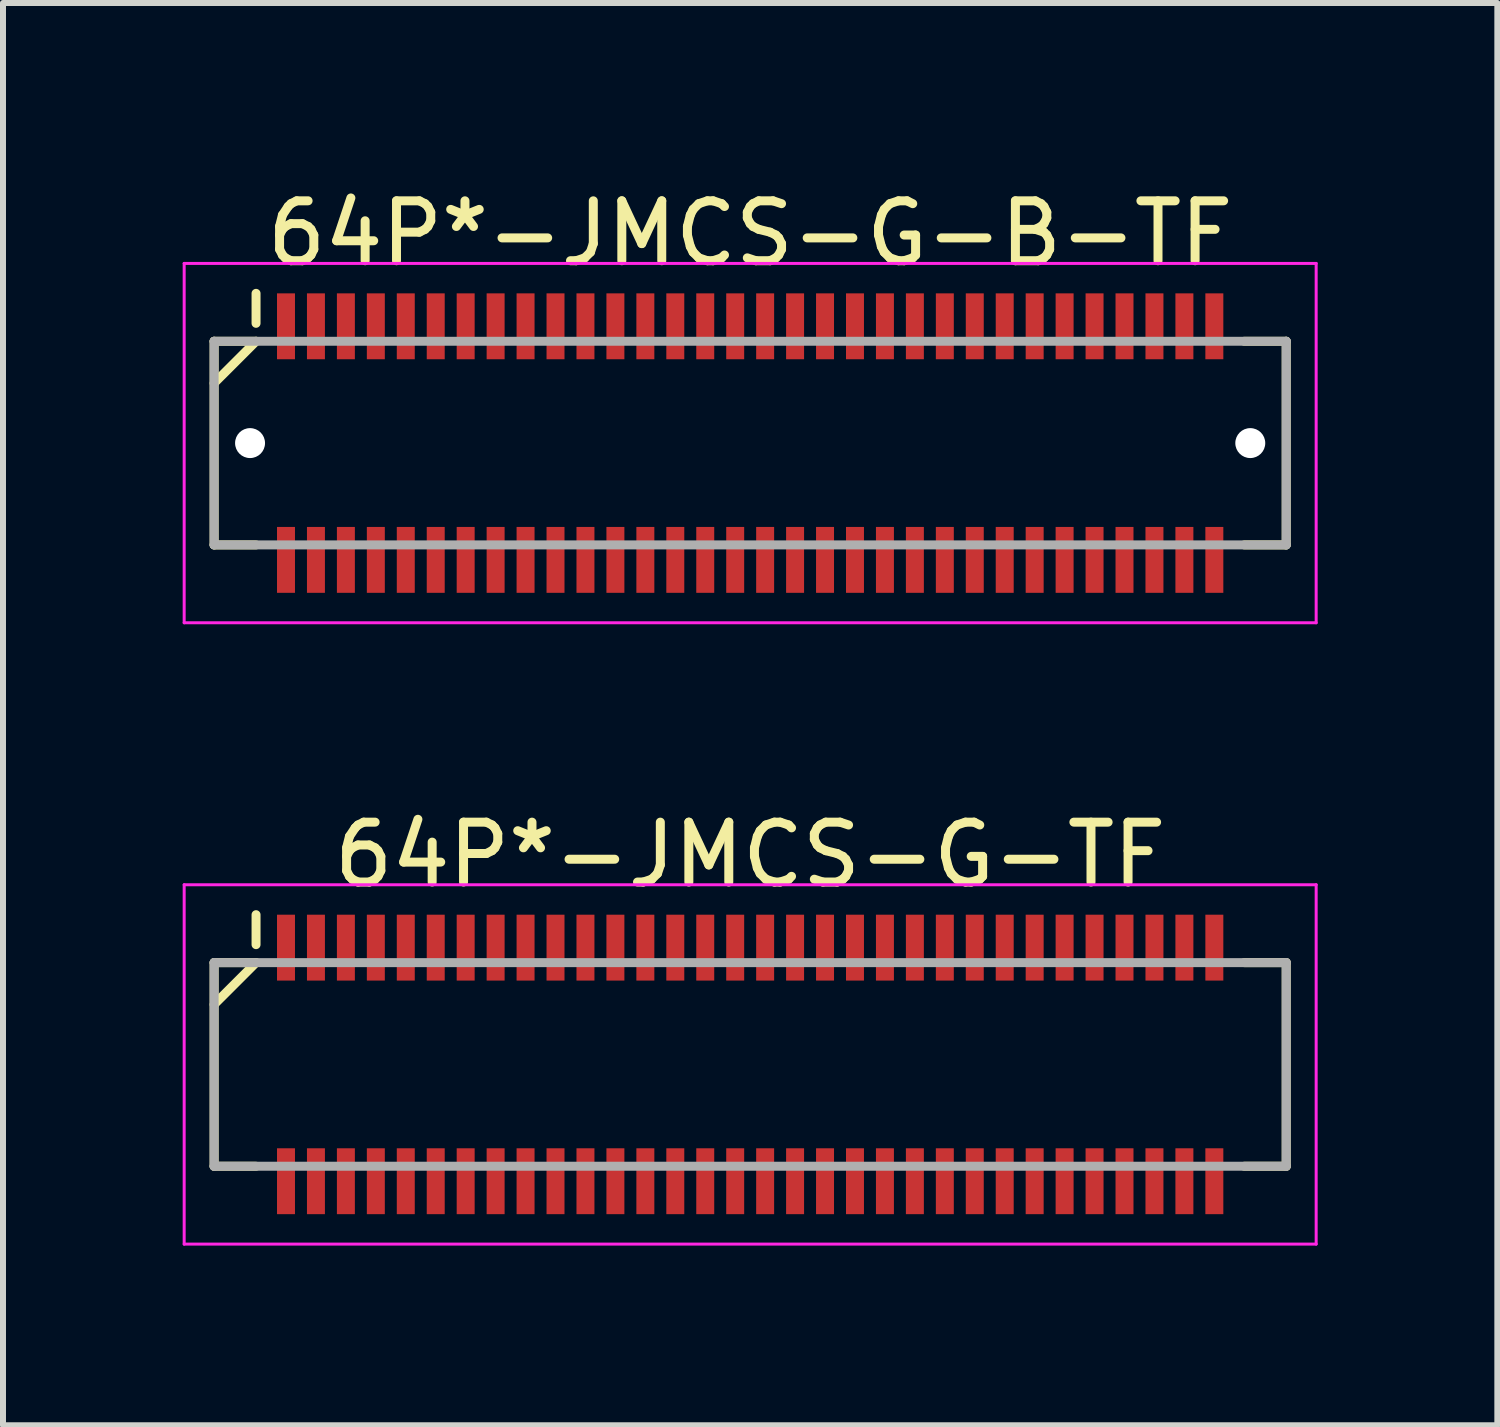
<source format=kicad_pcb>
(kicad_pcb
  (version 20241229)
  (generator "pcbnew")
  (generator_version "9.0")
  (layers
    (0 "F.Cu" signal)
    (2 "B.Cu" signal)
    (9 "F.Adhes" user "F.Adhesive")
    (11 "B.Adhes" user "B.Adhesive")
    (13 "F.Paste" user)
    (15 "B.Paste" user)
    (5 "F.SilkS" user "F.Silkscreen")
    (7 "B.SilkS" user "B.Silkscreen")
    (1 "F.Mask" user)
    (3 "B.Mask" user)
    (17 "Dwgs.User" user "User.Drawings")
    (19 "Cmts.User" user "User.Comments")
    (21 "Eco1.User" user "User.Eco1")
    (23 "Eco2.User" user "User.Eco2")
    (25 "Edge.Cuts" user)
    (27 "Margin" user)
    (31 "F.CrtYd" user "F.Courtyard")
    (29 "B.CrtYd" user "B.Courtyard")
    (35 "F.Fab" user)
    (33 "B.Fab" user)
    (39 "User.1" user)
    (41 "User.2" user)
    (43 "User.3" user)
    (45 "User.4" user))
  (footprint "64P*-JMCS-G-TF"
    (layer "F.Cu")
    (at 9.475 14.722)
    (property "Reference" "64P*-JMCS-G-TF" (at 0 -3.5 0) (layer "F.SilkS") (effects (font (size 1 1) (thickness 0.15))))
    (attr smd)
    (fp_line (start -8.95 -1.7) (end -8.95 1.7) (stroke (width 0.15) (type solid)) (layer "F.SilkS"))
    (fp_line (start -8.95 -1.7) (end -8.25 -1.7) (stroke (width 0.15) (type solid)) (layer "F.SilkS"))
    (fp_line (start -8.95 1.7) (end -8.25 1.7) (stroke (width 0.15) (type solid)) (layer "F.SilkS"))
    (fp_line (start -8.25 -2.5) (end -8.25 -2) (stroke (width 0.15) (type solid)) (layer "F.SilkS"))
    (fp_line (start -8.25 -1.7) (end -8.95 -1) (stroke (width 0.15) (type solid)) (layer "F.SilkS"))
    (fp_line (start 8.25 -1.7) (end 8.95 -1.7) (stroke (width 0.15) (type solid)) (layer "F.SilkS"))
    (fp_line (start 8.25 1.7) (end 8.95 1.7) (stroke (width 0.15) (type solid)) (layer "F.SilkS"))
    (fp_line (start 8.95 -1.7) (end 8.95 1.7) (stroke (width 0.15) (type solid)) (layer "F.SilkS"))
    (fp_line (start -9.45 -3) (end -9.45 3) (stroke (width 0.05) (type solid)) (layer "F.CrtYd"))
    (fp_line (start -9.45 -3) (end 9.45 -3) (stroke (width 0.05) (type solid)) (layer "F.CrtYd"))
    (fp_line (start -9.45 3) (end 9.45 3) (stroke (width 0.05) (type solid)) (layer "F.CrtYd"))
    (fp_line (start 9.45 -3) (end 9.45 3) (stroke (width 0.05) (type solid)) (layer "F.CrtYd"))
    (fp_line (start -8.95 -1.7) (end -8.95 1.7) (stroke (width 0.15) (type solid)) (layer "F.Fab"))
    (fp_line (start -8.95 -1.7) (end 8.95 -1.7) (stroke (width 0.15) (type solid)) (layer "F.Fab"))
    (fp_line (start -8.95 1.7) (end 8.95 1.7) (stroke (width 0.15) (type solid)) (layer "F.Fab"))
    (fp_line (start 8.95 -1.7) (end 8.95 1.7) (stroke (width 0.15) (type solid)) (layer "F.Fab"))
    (pad "1" smd rect (at -7.75 -1.95) (size 0.3 1.1) (layers "F.Cu" "F.Mask" "F.Paste"))
    (pad "2" smd rect (at -7.75 1.95) (size 0.3 1.1) (layers "F.Cu" "F.Mask" "F.Paste"))
    (pad "3" smd rect (at -7.25 -1.95) (size 0.3 1.1) (layers "F.Cu" "F.Mask" "F.Paste"))
    (pad "4" smd rect (at -7.25 1.95) (size 0.3 1.1) (layers "F.Cu" "F.Mask" "F.Paste"))
    (pad "5" smd rect (at -6.75 -1.95) (size 0.3 1.1) (layers "F.Cu" "F.Mask" "F.Paste"))
    (pad "6" smd rect (at -6.75 1.95) (size 0.3 1.1) (layers "F.Cu" "F.Mask" "F.Paste"))
    (pad "7" smd rect (at -6.25 -1.95) (size 0.3 1.1) (layers "F.Cu" "F.Mask" "F.Paste"))
    (pad "8" smd rect (at -6.25 1.95) (size 0.3 1.1) (layers "F.Cu" "F.Mask" "F.Paste"))
    (pad "9" smd rect (at -5.75 -1.95) (size 0.3 1.1) (layers "F.Cu" "F.Mask" "F.Paste"))
    (pad "10" smd rect (at -5.75 1.95) (size 0.3 1.1) (layers "F.Cu" "F.Mask" "F.Paste"))
    (pad "11" smd rect (at -5.25 -1.95) (size 0.3 1.1) (layers "F.Cu" "F.Mask" "F.Paste"))
    (pad "12" smd rect (at -5.25 1.95) (size 0.3 1.1) (layers "F.Cu" "F.Mask" "F.Paste"))
    (pad "13" smd rect (at -4.75 -1.95) (size 0.3 1.1) (layers "F.Cu" "F.Mask" "F.Paste"))
    (pad "14" smd rect (at -4.75 1.95) (size 0.3 1.1) (layers "F.Cu" "F.Mask" "F.Paste"))
    (pad "15" smd rect (at -4.25 -1.95) (size 0.3 1.1) (layers "F.Cu" "F.Mask" "F.Paste"))
    (pad "16" smd rect (at -4.25 1.95) (size 0.3 1.1) (layers "F.Cu" "F.Mask" "F.Paste"))
    (pad "17" smd rect (at -3.75 -1.95) (size 0.3 1.1) (layers "F.Cu" "F.Mask" "F.Paste"))
    (pad "18" smd rect (at -3.75 1.95) (size 0.3 1.1) (layers "F.Cu" "F.Mask" "F.Paste"))
    (pad "19" smd rect (at -3.25 -1.95) (size 0.3 1.1) (layers "F.Cu" "F.Mask" "F.Paste"))
    (pad "20" smd rect (at -3.25 1.95) (size 0.3 1.1) (layers "F.Cu" "F.Mask" "F.Paste"))
    (pad "21" smd rect (at -2.75 -1.95) (size 0.3 1.1) (layers "F.Cu" "F.Mask" "F.Paste"))
    (pad "22" smd rect (at -2.75 1.95) (size 0.3 1.1) (layers "F.Cu" "F.Mask" "F.Paste"))
    (pad "23" smd rect (at -2.25 -1.95) (size 0.3 1.1) (layers "F.Cu" "F.Mask" "F.Paste"))
    (pad "24" smd rect (at -2.25 1.95) (size 0.3 1.1) (layers "F.Cu" "F.Mask" "F.Paste"))
    (pad "25" smd rect (at -1.75 -1.95) (size 0.3 1.1) (layers "F.Cu" "F.Mask" "F.Paste"))
    (pad "26" smd rect (at -1.75 1.95) (size 0.3 1.1) (layers "F.Cu" "F.Mask" "F.Paste"))
    (pad "27" smd rect (at -1.25 -1.95) (size 0.3 1.1) (layers "F.Cu" "F.Mask" "F.Paste"))
    (pad "28" smd rect (at -1.25 1.95) (size 0.3 1.1) (layers "F.Cu" "F.Mask" "F.Paste"))
    (pad "29" smd rect (at -0.75 -1.95) (size 0.3 1.1) (layers "F.Cu" "F.Mask" "F.Paste"))
    (pad "30" smd rect (at -0.75 1.95) (size 0.3 1.1) (layers "F.Cu" "F.Mask" "F.Paste"))
    (pad "31" smd rect (at -0.25 -1.95) (size 0.3 1.1) (layers "F.Cu" "F.Mask" "F.Paste"))
    (pad "32" smd rect (at -0.25 1.95) (size 0.3 1.1) (layers "F.Cu" "F.Mask" "F.Paste"))
    (pad "33" smd rect (at 0.25 -1.95) (size 0.3 1.1) (layers "F.Cu" "F.Mask" "F.Paste"))
    (pad "34" smd rect (at 0.25 1.95) (size 0.3 1.1) (layers "F.Cu" "F.Mask" "F.Paste"))
    (pad "35" smd rect (at 0.75 -1.95) (size 0.3 1.1) (layers "F.Cu" "F.Mask" "F.Paste"))
    (pad "36" smd rect (at 0.75 1.95) (size 0.3 1.1) (layers "F.Cu" "F.Mask" "F.Paste"))
    (pad "37" smd rect (at 1.25 -1.95) (size 0.3 1.1) (layers "F.Cu" "F.Mask" "F.Paste"))
    (pad "38" smd rect (at 1.25 1.95) (size 0.3 1.1) (layers "F.Cu" "F.Mask" "F.Paste"))
    (pad "39" smd rect (at 1.75 -1.95) (size 0.3 1.1) (layers "F.Cu" "F.Mask" "F.Paste"))
    (pad "40" smd rect (at 1.75 1.95) (size 0.3 1.1) (layers "F.Cu" "F.Mask" "F.Paste"))
    (pad "41" smd rect (at 2.25 -1.95) (size 0.3 1.1) (layers "F.Cu" "F.Mask" "F.Paste"))
    (pad "42" smd rect (at 2.25 1.95) (size 0.3 1.1) (layers "F.Cu" "F.Mask" "F.Paste"))
    (pad "43" smd rect (at 2.75 -1.95) (size 0.3 1.1) (layers "F.Cu" "F.Mask" "F.Paste"))
    (pad "44" smd rect (at 2.75 1.95) (size 0.3 1.1) (layers "F.Cu" "F.Mask" "F.Paste"))
    (pad "45" smd rect (at 3.25 -1.95) (size 0.3 1.1) (layers "F.Cu" "F.Mask" "F.Paste"))
    (pad "46" smd rect (at 3.25 1.95) (size 0.3 1.1) (layers "F.Cu" "F.Mask" "F.Paste"))
    (pad "47" smd rect (at 3.75 -1.95) (size 0.3 1.1) (layers "F.Cu" "F.Mask" "F.Paste"))
    (pad "48" smd rect (at 3.75 1.95) (size 0.3 1.1) (layers "F.Cu" "F.Mask" "F.Paste"))
    (pad "49" smd rect (at 4.25 -1.95) (size 0.3 1.1) (layers "F.Cu" "F.Mask" "F.Paste"))
    (pad "50" smd rect (at 4.25 1.95) (size 0.3 1.1) (layers "F.Cu" "F.Mask" "F.Paste"))
    (pad "51" smd rect (at 4.75 -1.95) (size 0.3 1.1) (layers "F.Cu" "F.Mask" "F.Paste"))
    (pad "52" smd rect (at 4.75 1.95) (size 0.3 1.1) (layers "F.Cu" "F.Mask" "F.Paste"))
    (pad "53" smd rect (at 5.25 -1.95) (size 0.3 1.1) (layers "F.Cu" "F.Mask" "F.Paste"))
    (pad "54" smd rect (at 5.25 1.95) (size 0.3 1.1) (layers "F.Cu" "F.Mask" "F.Paste"))
    (pad "55" smd rect (at 5.75 -1.95) (size 0.3 1.1) (layers "F.Cu" "F.Mask" "F.Paste"))
    (pad "56" smd rect (at 5.75 1.95) (size 0.3 1.1) (layers "F.Cu" "F.Mask" "F.Paste"))
    (pad "57" smd rect (at 6.25 -1.95) (size 0.3 1.1) (layers "F.Cu" "F.Mask" "F.Paste"))
    (pad "58" smd rect (at 6.25 1.95) (size 0.3 1.1) (layers "F.Cu" "F.Mask" "F.Paste"))
    (pad "59" smd rect (at 6.75 -1.95) (size 0.3 1.1) (layers "F.Cu" "F.Mask" "F.Paste"))
    (pad "60" smd rect (at 6.75 1.95) (size 0.3 1.1) (layers "F.Cu" "F.Mask" "F.Paste"))
    (pad "61" smd rect (at 7.25 -1.95) (size 0.3 1.1) (layers "F.Cu" "F.Mask" "F.Paste"))
    (pad "62" smd rect (at 7.25 1.95) (size 0.3 1.1) (layers "F.Cu" "F.Mask" "F.Paste"))
    (pad "63" smd rect (at 7.75 -1.95) (size 0.3 1.1) (layers "F.Cu" "F.Mask" "F.Paste"))
    (pad "64" smd rect (at 7.75 1.95) (size 0.3 1.1) (layers "F.Cu" "F.Mask" "F.Paste")))
  (footprint "64P*-JMCS-G-B-TF"
    (layer "F.Cu")
    (at 9.475 4.348)
    (property "Reference" "64P*-JMCS-G-B-TF" (at 0 -3.5 0) (layer "F.SilkS") (effects (font (size 1 1) (thickness 0.15))))
    (attr smd)
    (fp_line (start -8.95 -1.7) (end -8.95 1.7) (stroke (width 0.15) (type solid)) (layer "F.SilkS"))
    (fp_line (start -8.95 -1.7) (end -8.25 -1.7) (stroke (width 0.15) (type solid)) (layer "F.SilkS"))
    (fp_line (start -8.95 1.7) (end -8.25 1.7) (stroke (width 0.15) (type solid)) (layer "F.SilkS"))
    (fp_line (start -8.25 -2.5) (end -8.25 -2) (stroke (width 0.15) (type solid)) (layer "F.SilkS"))
    (fp_line (start -8.25 -1.7) (end -8.95 -1) (stroke (width 0.15) (type solid)) (layer "F.SilkS"))
    (fp_line (start 8.25 -1.7) (end 8.95 -1.7) (stroke (width 0.15) (type solid)) (layer "F.SilkS"))
    (fp_line (start 8.25 1.7) (end 8.95 1.7) (stroke (width 0.15) (type solid)) (layer "F.SilkS"))
    (fp_line (start 8.95 -1.7) (end 8.95 1.7) (stroke (width 0.15) (type solid)) (layer "F.SilkS"))
    (fp_line (start -9.45 -3) (end -9.45 3) (stroke (width 0.05) (type solid)) (layer "F.CrtYd"))
    (fp_line (start -9.45 -3) (end 9.45 -3) (stroke (width 0.05) (type solid)) (layer "F.CrtYd"))
    (fp_line (start -9.45 3) (end 9.45 3) (stroke (width 0.05) (type solid)) (layer "F.CrtYd"))
    (fp_line (start 9.45 -3) (end 9.45 3) (stroke (width 0.05) (type solid)) (layer "F.CrtYd"))
    (fp_line (start -8.95 -1.7) (end -8.95 1.7) (stroke (width 0.15) (type solid)) (layer "F.Fab"))
    (fp_line (start -8.95 -1.7) (end 8.95 -1.7) (stroke (width 0.15) (type solid)) (layer "F.Fab"))
    (fp_line (start -8.95 1.7) (end 8.95 1.7) (stroke (width 0.15) (type solid)) (layer "F.Fab"))
    (fp_line (start 8.95 -1.7) (end 8.95 1.7) (stroke (width 0.15) (type solid)) (layer "F.Fab"))
    (pad "" np_thru_hole circle (at -8.35 0) (size 0.5 0.5) (drill 0.5) (layers "*.Cu" "*.Mask"))
    (pad "" np_thru_hole circle (at 8.35 0) (size 0.5 0.5) (drill 0.5) (layers "*.Cu" "*.Mask"))
    (pad "1" smd rect (at -7.75 -1.95) (size 0.3 1.1) (layers "F.Cu" "F.Mask" "F.Paste"))
    (pad "2" smd rect (at -7.75 1.95) (size 0.3 1.1) (layers "F.Cu" "F.Mask" "F.Paste"))
    (pad "3" smd rect (at -7.25 -1.95) (size 0.3 1.1) (layers "F.Cu" "F.Mask" "F.Paste"))
    (pad "4" smd rect (at -7.25 1.95) (size 0.3 1.1) (layers "F.Cu" "F.Mask" "F.Paste"))
    (pad "5" smd rect (at -6.75 -1.95) (size 0.3 1.1) (layers "F.Cu" "F.Mask" "F.Paste"))
    (pad "6" smd rect (at -6.75 1.95) (size 0.3 1.1) (layers "F.Cu" "F.Mask" "F.Paste"))
    (pad "7" smd rect (at -6.25 -1.95) (size 0.3 1.1) (layers "F.Cu" "F.Mask" "F.Paste"))
    (pad "8" smd rect (at -6.25 1.95) (size 0.3 1.1) (layers "F.Cu" "F.Mask" "F.Paste"))
    (pad "9" smd rect (at -5.75 -1.95) (size 0.3 1.1) (layers "F.Cu" "F.Mask" "F.Paste"))
    (pad "10" smd rect (at -5.75 1.95) (size 0.3 1.1) (layers "F.Cu" "F.Mask" "F.Paste"))
    (pad "11" smd rect (at -5.25 -1.95) (size 0.3 1.1) (layers "F.Cu" "F.Mask" "F.Paste"))
    (pad "12" smd rect (at -5.25 1.95) (size 0.3 1.1) (layers "F.Cu" "F.Mask" "F.Paste"))
    (pad "13" smd rect (at -4.75 -1.95) (size 0.3 1.1) (layers "F.Cu" "F.Mask" "F.Paste"))
    (pad "14" smd rect (at -4.75 1.95) (size 0.3 1.1) (layers "F.Cu" "F.Mask" "F.Paste"))
    (pad "15" smd rect (at -4.25 -1.95) (size 0.3 1.1) (layers "F.Cu" "F.Mask" "F.Paste"))
    (pad "16" smd rect (at -4.25 1.95) (size 0.3 1.1) (layers "F.Cu" "F.Mask" "F.Paste"))
    (pad "17" smd rect (at -3.75 -1.95) (size 0.3 1.1) (layers "F.Cu" "F.Mask" "F.Paste"))
    (pad "18" smd rect (at -3.75 1.95) (size 0.3 1.1) (layers "F.Cu" "F.Mask" "F.Paste"))
    (pad "19" smd rect (at -3.25 -1.95) (size 0.3 1.1) (layers "F.Cu" "F.Mask" "F.Paste"))
    (pad "20" smd rect (at -3.25 1.95) (size 0.3 1.1) (layers "F.Cu" "F.Mask" "F.Paste"))
    (pad "21" smd rect (at -2.75 -1.95) (size 0.3 1.1) (layers "F.Cu" "F.Mask" "F.Paste"))
    (pad "22" smd rect (at -2.75 1.95) (size 0.3 1.1) (layers "F.Cu" "F.Mask" "F.Paste"))
    (pad "23" smd rect (at -2.25 -1.95) (size 0.3 1.1) (layers "F.Cu" "F.Mask" "F.Paste"))
    (pad "24" smd rect (at -2.25 1.95) (size 0.3 1.1) (layers "F.Cu" "F.Mask" "F.Paste"))
    (pad "25" smd rect (at -1.75 -1.95) (size 0.3 1.1) (layers "F.Cu" "F.Mask" "F.Paste"))
    (pad "26" smd rect (at -1.75 1.95) (size 0.3 1.1) (layers "F.Cu" "F.Mask" "F.Paste"))
    (pad "27" smd rect (at -1.25 -1.95) (size 0.3 1.1) (layers "F.Cu" "F.Mask" "F.Paste"))
    (pad "28" smd rect (at -1.25 1.95) (size 0.3 1.1) (layers "F.Cu" "F.Mask" "F.Paste"))
    (pad "29" smd rect (at -0.75 -1.95) (size 0.3 1.1) (layers "F.Cu" "F.Mask" "F.Paste"))
    (pad "30" smd rect (at -0.75 1.95) (size 0.3 1.1) (layers "F.Cu" "F.Mask" "F.Paste"))
    (pad "31" smd rect (at -0.25 -1.95) (size 0.3 1.1) (layers "F.Cu" "F.Mask" "F.Paste"))
    (pad "32" smd rect (at -0.25 1.95) (size 0.3 1.1) (layers "F.Cu" "F.Mask" "F.Paste"))
    (pad "33" smd rect (at 0.25 -1.95) (size 0.3 1.1) (layers "F.Cu" "F.Mask" "F.Paste"))
    (pad "34" smd rect (at 0.25 1.95) (size 0.3 1.1) (layers "F.Cu" "F.Mask" "F.Paste"))
    (pad "35" smd rect (at 0.75 -1.95) (size 0.3 1.1) (layers "F.Cu" "F.Mask" "F.Paste"))
    (pad "36" smd rect (at 0.75 1.95) (size 0.3 1.1) (layers "F.Cu" "F.Mask" "F.Paste"))
    (pad "37" smd rect (at 1.25 -1.95) (size 0.3 1.1) (layers "F.Cu" "F.Mask" "F.Paste"))
    (pad "38" smd rect (at 1.25 1.95) (size 0.3 1.1) (layers "F.Cu" "F.Mask" "F.Paste"))
    (pad "39" smd rect (at 1.75 -1.95) (size 0.3 1.1) (layers "F.Cu" "F.Mask" "F.Paste"))
    (pad "40" smd rect (at 1.75 1.95) (size 0.3 1.1) (layers "F.Cu" "F.Mask" "F.Paste"))
    (pad "41" smd rect (at 2.25 -1.95) (size 0.3 1.1) (layers "F.Cu" "F.Mask" "F.Paste"))
    (pad "42" smd rect (at 2.25 1.95) (size 0.3 1.1) (layers "F.Cu" "F.Mask" "F.Paste"))
    (pad "43" smd rect (at 2.75 -1.95) (size 0.3 1.1) (layers "F.Cu" "F.Mask" "F.Paste"))
    (pad "44" smd rect (at 2.75 1.95) (size 0.3 1.1) (layers "F.Cu" "F.Mask" "F.Paste"))
    (pad "45" smd rect (at 3.25 -1.95) (size 0.3 1.1) (layers "F.Cu" "F.Mask" "F.Paste"))
    (pad "46" smd rect (at 3.25 1.95) (size 0.3 1.1) (layers "F.Cu" "F.Mask" "F.Paste"))
    (pad "47" smd rect (at 3.75 -1.95) (size 0.3 1.1) (layers "F.Cu" "F.Mask" "F.Paste"))
    (pad "48" smd rect (at 3.75 1.95) (size 0.3 1.1) (layers "F.Cu" "F.Mask" "F.Paste"))
    (pad "49" smd rect (at 4.25 -1.95) (size 0.3 1.1) (layers "F.Cu" "F.Mask" "F.Paste"))
    (pad "50" smd rect (at 4.25 1.95) (size 0.3 1.1) (layers "F.Cu" "F.Mask" "F.Paste"))
    (pad "51" smd rect (at 4.75 -1.95) (size 0.3 1.1) (layers "F.Cu" "F.Mask" "F.Paste"))
    (pad "52" smd rect (at 4.75 1.95) (size 0.3 1.1) (layers "F.Cu" "F.Mask" "F.Paste"))
    (pad "53" smd rect (at 5.25 -1.95) (size 0.3 1.1) (layers "F.Cu" "F.Mask" "F.Paste"))
    (pad "54" smd rect (at 5.25 1.95) (size 0.3 1.1) (layers "F.Cu" "F.Mask" "F.Paste"))
    (pad "55" smd rect (at 5.75 -1.95) (size 0.3 1.1) (layers "F.Cu" "F.Mask" "F.Paste"))
    (pad "56" smd rect (at 5.75 1.95) (size 0.3 1.1) (layers "F.Cu" "F.Mask" "F.Paste"))
    (pad "57" smd rect (at 6.25 -1.95) (size 0.3 1.1) (layers "F.Cu" "F.Mask" "F.Paste"))
    (pad "58" smd rect (at 6.25 1.95) (size 0.3 1.1) (layers "F.Cu" "F.Mask" "F.Paste"))
    (pad "59" smd rect (at 6.75 -1.95) (size 0.3 1.1) (layers "F.Cu" "F.Mask" "F.Paste"))
    (pad "60" smd rect (at 6.75 1.95) (size 0.3 1.1) (layers "F.Cu" "F.Mask" "F.Paste"))
    (pad "61" smd rect (at 7.25 -1.95) (size 0.3 1.1) (layers "F.Cu" "F.Mask" "F.Paste"))
    (pad "62" smd rect (at 7.25 1.95) (size 0.3 1.1) (layers "F.Cu" "F.Mask" "F.Paste"))
    (pad "63" smd rect (at 7.75 -1.95) (size 0.3 1.1) (layers "F.Cu" "F.Mask" "F.Paste"))
    (pad "64" smd rect (at 7.75 1.95) (size 0.3 1.1) (layers "F.Cu" "F.Mask" "F.Paste")))
  (gr_rect
    (start -3 -3)
    (end 21.95 20.747)
    (stroke (width 0.1) (type default))
    (fill no)
    (layer "Edge.Cuts")))
</source>
